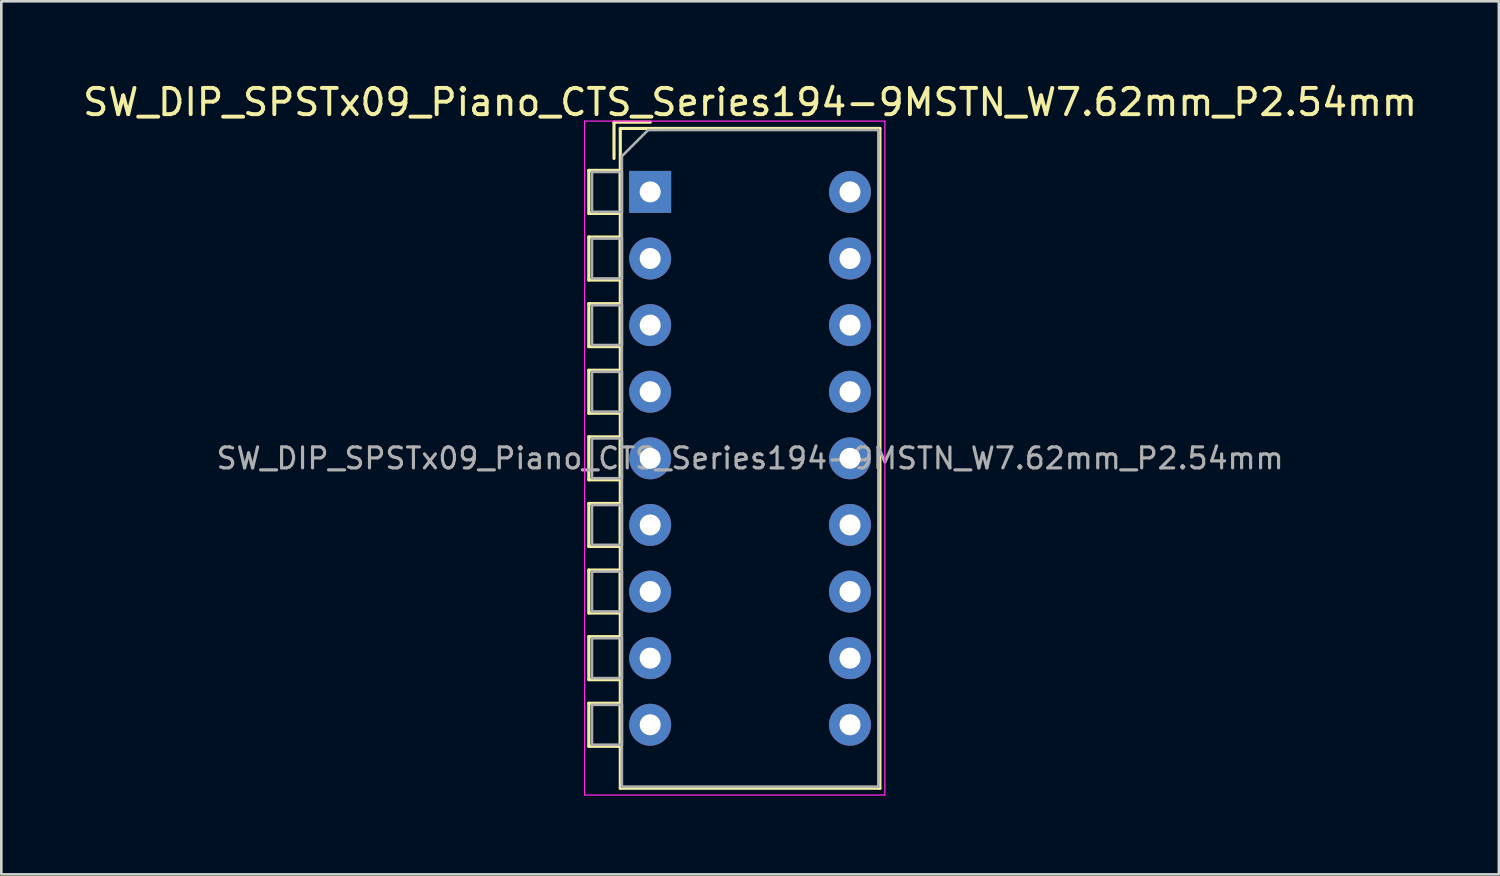
<source format=kicad_pcb>
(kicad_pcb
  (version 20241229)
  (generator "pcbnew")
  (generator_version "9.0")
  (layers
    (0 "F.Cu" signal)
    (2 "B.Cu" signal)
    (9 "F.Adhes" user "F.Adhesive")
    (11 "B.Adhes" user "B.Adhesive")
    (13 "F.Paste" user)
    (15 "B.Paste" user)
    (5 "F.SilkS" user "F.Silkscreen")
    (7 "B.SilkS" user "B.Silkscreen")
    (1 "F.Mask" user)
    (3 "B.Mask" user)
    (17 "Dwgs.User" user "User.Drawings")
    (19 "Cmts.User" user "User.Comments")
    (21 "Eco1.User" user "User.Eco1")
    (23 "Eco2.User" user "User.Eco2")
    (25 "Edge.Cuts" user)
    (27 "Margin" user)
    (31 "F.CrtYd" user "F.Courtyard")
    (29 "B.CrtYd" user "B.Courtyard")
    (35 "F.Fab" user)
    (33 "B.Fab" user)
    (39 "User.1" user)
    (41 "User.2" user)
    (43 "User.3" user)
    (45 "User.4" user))
  (footprint "SW_DIP_SPSTx09_Piano_CTS_Series194-9MSTN_W7.62mm_P2.54mm"
    (layer "F.Cu")
    (at 21.744 4.268)
    (property "Reference" "SW_DIP_SPSTx09_Piano_CTS_Series194-9MSTN_W7.62mm_P2.54mm" (at 3.81 -3.42 0) (layer "F.SilkS") (effects (font (size 1 1) (thickness 0.15))))
    (attr through_hole)
    (fp_line (start -2.34 -0.82) (end -2.34 0.82) (stroke (width 0.12) (type solid)) (layer "F.SilkS"))
    (fp_line (start -2.34 -0.82) (end -1.14 -0.82) (stroke (width 0.12) (type solid)) (layer "F.SilkS"))
    (fp_line (start -2.34 0.82) (end -1.14 0.82) (stroke (width 0.12) (type solid)) (layer "F.SilkS"))
    (fp_line (start -2.34 1.72) (end -2.34 3.361) (stroke (width 0.12) (type solid)) (layer "F.SilkS"))
    (fp_line (start -2.34 1.72) (end -1.14 1.72) (stroke (width 0.12) (type solid)) (layer "F.SilkS"))
    (fp_line (start -2.34 3.361) (end -1.14 3.361) (stroke (width 0.12) (type solid)) (layer "F.SilkS"))
    (fp_line (start -2.34 4.261) (end -2.34 5.9) (stroke (width 0.12) (type solid)) (layer "F.SilkS"))
    (fp_line (start -2.34 4.261) (end -1.14 4.261) (stroke (width 0.12) (type solid)) (layer "F.SilkS"))
    (fp_line (start -2.34 5.9) (end -1.14 5.9) (stroke (width 0.12) (type solid)) (layer "F.SilkS"))
    (fp_line (start -2.34 6.801) (end -2.34 8.441) (stroke (width 0.12) (type solid)) (layer "F.SilkS"))
    (fp_line (start -2.34 6.801) (end -1.14 6.801) (stroke (width 0.12) (type solid)) (layer "F.SilkS"))
    (fp_line (start -2.34 8.441) (end -1.14 8.441) (stroke (width 0.12) (type solid)) (layer "F.SilkS"))
    (fp_line (start -2.34 9.34) (end -2.34 10.98) (stroke (width 0.12) (type solid)) (layer "F.SilkS"))
    (fp_line (start -2.34 9.34) (end -1.14 9.34) (stroke (width 0.12) (type solid)) (layer "F.SilkS"))
    (fp_line (start -2.34 10.98) (end -1.14 10.98) (stroke (width 0.12) (type solid)) (layer "F.SilkS"))
    (fp_line (start -2.34 11.88) (end -2.34 13.52) (stroke (width 0.12) (type solid)) (layer "F.SilkS"))
    (fp_line (start -2.34 11.88) (end -1.14 11.88) (stroke (width 0.12) (type solid)) (layer "F.SilkS"))
    (fp_line (start -2.34 13.52) (end -1.14 13.52) (stroke (width 0.12) (type solid)) (layer "F.SilkS"))
    (fp_line (start -2.34 14.42) (end -2.34 16.06) (stroke (width 0.12) (type solid)) (layer "F.SilkS"))
    (fp_line (start -2.34 14.42) (end -1.14 14.42) (stroke (width 0.12) (type solid)) (layer "F.SilkS"))
    (fp_line (start -2.34 16.06) (end -1.14 16.06) (stroke (width 0.12) (type solid)) (layer "F.SilkS"))
    (fp_line (start -2.34 16.96) (end -2.34 18.6) (stroke (width 0.12) (type solid)) (layer "F.SilkS"))
    (fp_line (start -2.34 16.96) (end -1.14 16.96) (stroke (width 0.12) (type solid)) (layer "F.SilkS"))
    (fp_line (start -2.34 18.6) (end -1.14 18.6) (stroke (width 0.12) (type solid)) (layer "F.SilkS"))
    (fp_line (start -2.34 19.5) (end -2.34 21.14) (stroke (width 0.12) (type solid)) (layer "F.SilkS"))
    (fp_line (start -2.34 19.5) (end -1.14 19.5) (stroke (width 0.12) (type solid)) (layer "F.SilkS"))
    (fp_line (start -2.34 21.14) (end -1.14 21.14) (stroke (width 0.12) (type solid)) (layer "F.SilkS"))
    (fp_line (start -1.38 -2.66) (end -1.38 -1.277) (stroke (width 0.12) (type solid)) (layer "F.SilkS"))
    (fp_line (start -1.38 -2.66) (end 0.004 -2.66) (stroke (width 0.12) (type solid)) (layer "F.SilkS"))
    (fp_line (start -1.14 -2.42) (end -1.14 22.74) (stroke (width 0.12) (type solid)) (layer "F.SilkS"))
    (fp_line (start -1.14 -2.42) (end 8.76 -2.42) (stroke (width 0.12) (type solid)) (layer "F.SilkS"))
    (fp_line (start -1.14 -0.82) (end -1.14 0.82) (stroke (width 0.12) (type solid)) (layer "F.SilkS"))
    (fp_line (start -1.14 1.72) (end -1.14 3.361) (stroke (width 0.12) (type solid)) (layer "F.SilkS"))
    (fp_line (start -1.14 4.261) (end -1.14 5.9) (stroke (width 0.12) (type solid)) (layer "F.SilkS"))
    (fp_line (start -1.14 6.801) (end -1.14 8.441) (stroke (width 0.12) (type solid)) (layer "F.SilkS"))
    (fp_line (start -1.14 9.34) (end -1.14 10.98) (stroke (width 0.12) (type solid)) (layer "F.SilkS"))
    (fp_line (start -1.14 11.88) (end -1.14 13.52) (stroke (width 0.12) (type solid)) (layer "F.SilkS"))
    (fp_line (start -1.14 14.42) (end -1.14 16.06) (stroke (width 0.12) (type solid)) (layer "F.SilkS"))
    (fp_line (start -1.14 16.96) (end -1.14 18.6) (stroke (width 0.12) (type solid)) (layer "F.SilkS"))
    (fp_line (start -1.14 19.5) (end -1.14 21.14) (stroke (width 0.12) (type solid)) (layer "F.SilkS"))
    (fp_line (start -1.14 22.74) (end 8.76 22.74) (stroke (width 0.12) (type solid)) (layer "F.SilkS"))
    (fp_line (start 8.76 -2.42) (end 8.76 22.74) (stroke (width 0.12) (type solid)) (layer "F.SilkS"))
    (fp_line (start -2.5 -2.7) (end -2.5 23) (stroke (width 0.05) (type solid)) (layer "F.CrtYd"))
    (fp_line (start -2.5 23) (end 8.95 23) (stroke (width 0.05) (type solid)) (layer "F.CrtYd"))
    (fp_line (start 8.95 -2.7) (end -2.5 -2.7) (stroke (width 0.05) (type solid)) (layer "F.CrtYd"))
    (fp_line (start 8.95 23) (end 8.95 -2.7) (stroke (width 0.05) (type solid)) (layer "F.CrtYd"))
    (fp_line (start -2.22 -0.76) (end -1.08 -0.76) (stroke (width 0.1) (type solid)) (layer "F.Fab"))
    (fp_line (start -2.22 0.76) (end -2.22 -0.76) (stroke (width 0.1) (type solid)) (layer "F.Fab"))
    (fp_line (start -2.22 1.78) (end -1.08 1.78) (stroke (width 0.1) (type solid)) (layer "F.Fab"))
    (fp_line (start -2.22 3.3) (end -2.22 1.78) (stroke (width 0.1) (type solid)) (layer "F.Fab"))
    (fp_line (start -2.22 4.32) (end -1.08 4.32) (stroke (width 0.1) (type solid)) (layer "F.Fab"))
    (fp_line (start -2.22 5.84) (end -2.22 4.32) (stroke (width 0.1) (type solid)) (layer "F.Fab"))
    (fp_line (start -2.22 6.86) (end -1.08 6.86) (stroke (width 0.1) (type solid)) (layer "F.Fab"))
    (fp_line (start -2.22 8.38) (end -2.22 6.86) (stroke (width 0.1) (type solid)) (layer "F.Fab"))
    (fp_line (start -2.22 9.4) (end -1.08 9.4) (stroke (width 0.1) (type solid)) (layer "F.Fab"))
    (fp_line (start -2.22 10.92) (end -2.22 9.4) (stroke (width 0.1) (type solid)) (layer "F.Fab"))
    (fp_line (start -2.22 11.94) (end -1.08 11.94) (stroke (width 0.1) (type solid)) (layer "F.Fab"))
    (fp_line (start -2.22 13.46) (end -2.22 11.94) (stroke (width 0.1) (type solid)) (layer "F.Fab"))
    (fp_line (start -2.22 14.48) (end -1.08 14.48) (stroke (width 0.1) (type solid)) (layer "F.Fab"))
    (fp_line (start -2.22 16) (end -2.22 14.48) (stroke (width 0.1) (type solid)) (layer "F.Fab"))
    (fp_line (start -2.22 17.02) (end -1.08 17.02) (stroke (width 0.1) (type solid)) (layer "F.Fab"))
    (fp_line (start -2.22 18.54) (end -2.22 17.02) (stroke (width 0.1) (type solid)) (layer "F.Fab"))
    (fp_line (start -2.22 19.56) (end -1.08 19.56) (stroke (width 0.1) (type solid)) (layer "F.Fab"))
    (fp_line (start -2.22 21.08) (end -2.22 19.56) (stroke (width 0.1) (type solid)) (layer "F.Fab"))
    (fp_line (start -1.08 -1.36) (end -0.08 -2.36) (stroke (width 0.1) (type solid)) (layer "F.Fab"))
    (fp_line (start -1.08 -0.76) (end -1.08 0.76) (stroke (width 0.1) (type solid)) (layer "F.Fab"))
    (fp_line (start -1.08 0.76) (end -2.22 0.76) (stroke (width 0.1) (type solid)) (layer "F.Fab"))
    (fp_line (start -1.08 1.78) (end -1.08 3.3) (stroke (width 0.1) (type solid)) (layer "F.Fab"))
    (fp_line (start -1.08 3.3) (end -2.22 3.3) (stroke (width 0.1) (type solid)) (layer "F.Fab"))
    (fp_line (start -1.08 4.32) (end -1.08 5.84) (stroke (width 0.1) (type solid)) (layer "F.Fab"))
    (fp_line (start -1.08 5.84) (end -2.22 5.84) (stroke (width 0.1) (type solid)) (layer "F.Fab"))
    (fp_line (start -1.08 6.86) (end -1.08 8.38) (stroke (width 0.1) (type solid)) (layer "F.Fab"))
    (fp_line (start -1.08 8.38) (end -2.22 8.38) (stroke (width 0.1) (type solid)) (layer "F.Fab"))
    (fp_line (start -1.08 9.4) (end -1.08 10.92) (stroke (width 0.1) (type solid)) (layer "F.Fab"))
    (fp_line (start -1.08 10.92) (end -2.22 10.92) (stroke (width 0.1) (type solid)) (layer "F.Fab"))
    (fp_line (start -1.08 11.94) (end -1.08 13.46) (stroke (width 0.1) (type solid)) (layer "F.Fab"))
    (fp_line (start -1.08 13.46) (end -2.22 13.46) (stroke (width 0.1) (type solid)) (layer "F.Fab"))
    (fp_line (start -1.08 14.48) (end -1.08 16) (stroke (width 0.1) (type solid)) (layer "F.Fab"))
    (fp_line (start -1.08 16) (end -2.22 16) (stroke (width 0.1) (type solid)) (layer "F.Fab"))
    (fp_line (start -1.08 17.02) (end -1.08 18.54) (stroke (width 0.1) (type solid)) (layer "F.Fab"))
    (fp_line (start -1.08 18.54) (end -2.22 18.54) (stroke (width 0.1) (type solid)) (layer "F.Fab"))
    (fp_line (start -1.08 19.56) (end -1.08 21.08) (stroke (width 0.1) (type solid)) (layer "F.Fab"))
    (fp_line (start -1.08 21.08) (end -2.22 21.08) (stroke (width 0.1) (type solid)) (layer "F.Fab"))
    (fp_line (start -1.08 22.68) (end -1.08 -1.36) (stroke (width 0.1) (type solid)) (layer "F.Fab"))
    (fp_line (start -0.08 -2.36) (end 8.7 -2.36) (stroke (width 0.1) (type solid)) (layer "F.Fab"))
    (fp_line (start 8.7 -2.36) (end 8.7 22.68) (stroke (width 0.1) (type solid)) (layer "F.Fab"))
    (fp_line (start 8.7 22.68) (end -1.08 22.68) (stroke (width 0.1) (type solid)) (layer "F.Fab"))
    (fp_text user "${REFERENCE}" (at 3.81 10.16 0) (layer "F.Fab") (effects (font (size 0.8 0.8) (thickness 0.12))))
    (pad "1" thru_hole rect (at 0 0) (size 1.6 1.6) (drill 0.8) (layers "*.Cu" "*.Mask"))
    (pad "2" thru_hole oval (at 0 2.54) (size 1.6 1.6) (drill 0.8) (layers "*.Cu" "*.Mask"))
    (pad "3" thru_hole oval (at 0 5.08) (size 1.6 1.6) (drill 0.8) (layers "*.Cu" "*.Mask"))
    (pad "4" thru_hole oval (at 0 7.62) (size 1.6 1.6) (drill 0.8) (layers "*.Cu" "*.Mask"))
    (pad "5" thru_hole oval (at 0 10.16) (size 1.6 1.6) (drill 0.8) (layers "*.Cu" "*.Mask"))
    (pad "6" thru_hole oval (at 0 12.7) (size 1.6 1.6) (drill 0.8) (layers "*.Cu" "*.Mask"))
    (pad "7" thru_hole oval (at 0 15.24) (size 1.6 1.6) (drill 0.8) (layers "*.Cu" "*.Mask"))
    (pad "8" thru_hole oval (at 0 17.78) (size 1.6 1.6) (drill 0.8) (layers "*.Cu" "*.Mask"))
    (pad "9" thru_hole oval (at 0 20.32) (size 1.6 1.6) (drill 0.8) (layers "*.Cu" "*.Mask"))
    (pad "10" thru_hole oval (at 7.62 20.32) (size 1.6 1.6) (drill 0.8) (layers "*.Cu" "*.Mask"))
    (pad "11" thru_hole oval (at 7.62 17.78) (size 1.6 1.6) (drill 0.8) (layers "*.Cu" "*.Mask"))
    (pad "12" thru_hole oval (at 7.62 15.24) (size 1.6 1.6) (drill 0.8) (layers "*.Cu" "*.Mask"))
    (pad "13" thru_hole oval (at 7.62 12.7) (size 1.6 1.6) (drill 0.8) (layers "*.Cu" "*.Mask"))
    (pad "14" thru_hole oval (at 7.62 10.16) (size 1.6 1.6) (drill 0.8) (layers "*.Cu" "*.Mask"))
    (pad "15" thru_hole oval (at 7.62 7.62) (size 1.6 1.6) (drill 0.8) (layers "*.Cu" "*.Mask"))
    (pad "16" thru_hole oval (at 7.62 5.08) (size 1.6 1.6) (drill 0.8) (layers "*.Cu" "*.Mask"))
    (pad "17" thru_hole oval (at 7.62 2.54) (size 1.6 1.6) (drill 0.8) (layers "*.Cu" "*.Mask"))
    (pad "18" thru_hole oval (at 7.62 0) (size 1.6 1.6) (drill 0.8) (layers "*.Cu" "*.Mask")))
  (gr_rect
    (start -3 -3)
    (end 54.107 30.293)
    (stroke (width 0.1) (type default))
    (fill no)
    (layer "Edge.Cuts")))
</source>
